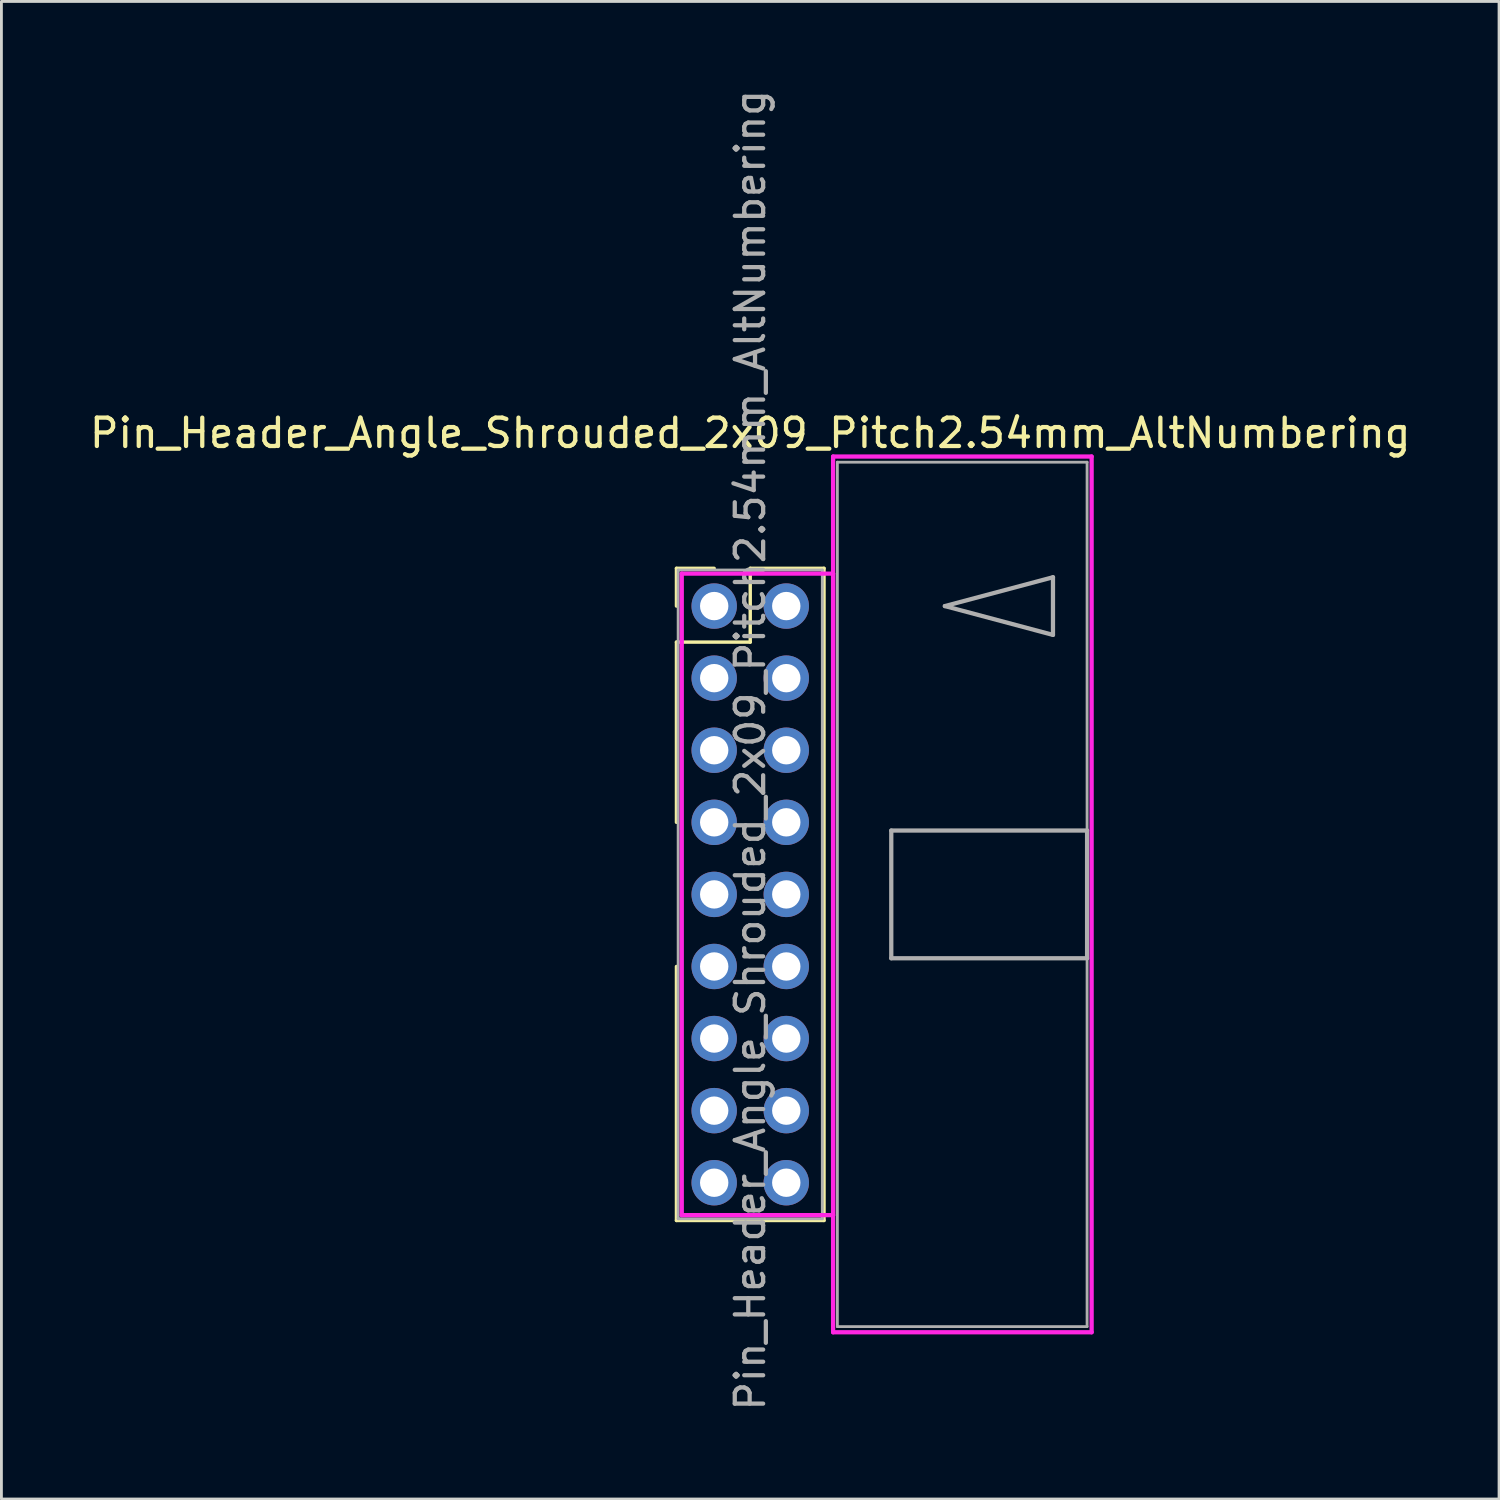
<source format=kicad_pcb>
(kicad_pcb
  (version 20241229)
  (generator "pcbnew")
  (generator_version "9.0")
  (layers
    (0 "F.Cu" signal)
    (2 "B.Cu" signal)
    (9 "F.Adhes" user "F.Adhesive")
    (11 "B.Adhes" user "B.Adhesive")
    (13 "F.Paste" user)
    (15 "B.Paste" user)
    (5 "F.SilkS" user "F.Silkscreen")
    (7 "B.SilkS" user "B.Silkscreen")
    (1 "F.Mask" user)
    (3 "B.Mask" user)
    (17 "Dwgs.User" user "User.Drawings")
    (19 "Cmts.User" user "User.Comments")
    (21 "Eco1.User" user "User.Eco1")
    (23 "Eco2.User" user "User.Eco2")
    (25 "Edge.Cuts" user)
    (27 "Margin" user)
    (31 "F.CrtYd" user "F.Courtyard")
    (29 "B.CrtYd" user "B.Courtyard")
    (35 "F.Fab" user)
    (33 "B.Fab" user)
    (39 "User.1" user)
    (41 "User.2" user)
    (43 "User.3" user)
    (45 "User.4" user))
  (footprint "Pin_Header_Angle_Shrouded_2x09_Pitch2.54mm_AltNumbering"
    (layer "F.Cu")
    (at 22.117 18.307)
    (property "Reference" "Pin_Header_Angle_Shrouded_2x09_Pitch2.54mm_AltNumbering" (at 1.27 -6.096 0) (layer "F.SilkS") (effects (font (size 1 1) (thickness 0.15))))
    (attr through_hole)
    (fp_line (start -1.33 -1.33) (end 0 -1.33) (stroke (width 0.12) (type solid)) (layer "F.SilkS"))
    (fp_line (start -1.33 0) (end -1.33 -1.33) (stroke (width 0.12) (type solid)) (layer "F.SilkS"))
    (fp_line (start -1.33 1.27) (end -1.33 7.62) (stroke (width 0.12) (type solid)) (layer "F.SilkS"))
    (fp_line (start -1.33 1.27) (end 1.27 1.27) (stroke (width 0.12) (type solid)) (layer "F.SilkS"))
    (fp_line (start -1.33 12.7) (end -1.33 21.65) (stroke (width 0.12) (type solid)) (layer "F.SilkS"))
    (fp_line (start -1.33 21.65) (end 3.87 21.65) (stroke (width 0.12) (type solid)) (layer "F.SilkS"))
    (fp_line (start 1.27 -1.33) (end 3.87 -1.33) (stroke (width 0.12) (type solid)) (layer "F.SilkS"))
    (fp_line (start 1.27 1.27) (end 1.27 -1.33) (stroke (width 0.12) (type solid)) (layer "F.SilkS"))
    (fp_line (start 3.87 -1.33) (end 3.87 21.65) (stroke (width 0.12) (type solid)) (layer "F.SilkS"))
    (fp_line (start -1.143 -1.143) (end -1.143 21.463) (stroke (width 0.15) (type solid)) (layer "F.CrtYd"))
    (fp_line (start -1.143 21.463) (end 4.19 21.463) (stroke (width 0.15) (type solid)) (layer "F.CrtYd"))
    (fp_line (start 4.19 -5.27) (end 4.19 25.59) (stroke (width 0.15) (type solid)) (layer "F.CrtYd"))
    (fp_line (start 4.19 -1.143) (end -1.143 -1.143) (stroke (width 0.15) (type solid)) (layer "F.CrtYd"))
    (fp_line (start 4.19 21.463) (end 4.19 -1.143) (stroke (width 0.15) (type solid)) (layer "F.CrtYd"))
    (fp_line (start 4.19 25.59) (end 13.3 25.59) (stroke (width 0.15) (type solid)) (layer "F.CrtYd"))
    (fp_line (start 13.3 -5.27) (end 4.19 -5.27) (stroke (width 0.15) (type solid)) (layer "F.CrtYd"))
    (fp_line (start 13.3 25.59) (end 13.3 -5.27) (stroke (width 0.15) (type solid)) (layer "F.CrtYd"))
    (fp_line (start -1.27 -1.27) (end -1.27 21.59) (stroke (width 0.1) (type solid)) (layer "F.Fab"))
    (fp_line (start -1.27 21.59) (end 3.81 21.59) (stroke (width 0.1) (type solid)) (layer "F.Fab"))
    (fp_line (start 3.81 -1.27) (end -1.27 -1.27) (stroke (width 0.1) (type solid)) (layer "F.Fab"))
    (fp_line (start 3.81 21.59) (end 3.81 -1.27) (stroke (width 0.1) (type solid)) (layer "F.Fab"))
    (fp_line (start 4.34 -5.07) (end 4.34 25.39) (stroke (width 0.1) (type solid)) (layer "F.Fab"))
    (fp_line (start 4.34 25.39) (end 13.14 25.39) (stroke (width 0.1) (type solid)) (layer "F.Fab"))
    (fp_line (start 6.24 7.91) (end 6.24 12.41) (stroke (width 0.15) (type solid)) (layer "F.Fab"))
    (fp_line (start 6.24 12.41) (end 13.14 12.41) (stroke (width 0.15) (type solid)) (layer "F.Fab"))
    (fp_line (start 8.128 0) (end 11.938 -1.016) (stroke (width 0.15) (type solid)) (layer "F.Fab"))
    (fp_line (start 11.938 -1.016) (end 11.938 1.016) (stroke (width 0.15) (type solid)) (layer "F.Fab"))
    (fp_line (start 11.938 1.016) (end 8.128 0) (stroke (width 0.15) (type solid)) (layer "F.Fab"))
    (fp_line (start 13.14 -5.07) (end 4.34 -5.07) (stroke (width 0.1) (type solid)) (layer "F.Fab"))
    (fp_line (start 13.14 7.91) (end 6.24 7.91) (stroke (width 0.15) (type solid)) (layer "F.Fab"))
    (fp_line (start 13.14 12.41) (end 13.14 7.91) (stroke (width 0.15) (type solid)) (layer "F.Fab"))
    (fp_line (start 13.14 25.39) (end 13.14 -5.07) (stroke (width 0.1) (type solid)) (layer "F.Fab"))
    (fp_text user "${REFERENCE}" (at 1.27 5.08 90) (layer "F.Fab") (effects (font (size 1 1) (thickness 0.15))))
    (pad "1" thru_hole oval (at 0 0) (size 1.6 1.6) (drill 1) (layers "*.Cu" "*.Mask"))
    (pad "2" thru_hole oval (at 0 2.54) (size 1.6 1.6) (drill 1) (layers "*.Cu" "*.Mask"))
    (pad "3" thru_hole oval (at 0 5.08) (size 1.6 1.6) (drill 1) (layers "*.Cu" "*.Mask"))
    (pad "4" thru_hole oval (at 0 7.62) (size 1.6 1.6) (drill 1) (layers "*.Cu" "*.Mask"))
    (pad "5" thru_hole oval (at 0 10.16) (size 1.6 1.6) (drill 1) (layers "*.Cu" "*.Mask"))
    (pad "6" thru_hole oval (at 0 12.7) (size 1.6 1.6) (drill 1) (layers "*.Cu" "*.Mask"))
    (pad "7" thru_hole oval (at 0 15.24) (size 1.6 1.6) (drill 1) (layers "*.Cu" "*.Mask"))
    (pad "8" thru_hole oval (at 0 17.78) (size 1.6 1.6) (drill 1) (layers "*.Cu" "*.Mask"))
    (pad "9" thru_hole oval (at 0 20.32) (size 1.6 1.6) (drill 1) (layers "*.Cu" "*.Mask"))
    (pad "10" thru_hole oval (at 2.54 0) (size 1.6 1.6) (drill 1) (layers "*.Cu" "*.Mask"))
    (pad "11" thru_hole oval (at 2.54 2.54) (size 1.6 1.6) (drill 1) (layers "*.Cu" "*.Mask"))
    (pad "12" thru_hole oval (at 2.54 5.08) (size 1.6 1.6) (drill 1) (layers "*.Cu" "*.Mask"))
    (pad "13" thru_hole oval (at 2.54 7.62) (size 1.6 1.6) (drill 1) (layers "*.Cu" "*.Mask"))
    (pad "14" thru_hole oval (at 2.54 10.16) (size 1.6 1.6) (drill 1) (layers "*.Cu" "*.Mask"))
    (pad "15" thru_hole oval (at 2.54 12.7) (size 1.6 1.6) (drill 1) (layers "*.Cu" "*.Mask"))
    (pad "16" thru_hole oval (at 2.54 15.24) (size 1.6 1.6) (drill 1) (layers "*.Cu" "*.Mask"))
    (pad "17" thru_hole oval (at 2.54 17.78) (size 1.6 1.6) (drill 1) (layers "*.Cu" "*.Mask"))
    (pad "18" thru_hole oval (at 2.54 20.32) (size 1.6 1.6) (drill 1) (layers "*.Cu" "*.Mask")))
  (gr_rect
    (start -3 -3)
    (end 49.774 49.774)
    (stroke (width 0.1) (type default))
    (fill no)
    (layer "Edge.Cuts")))
</source>
